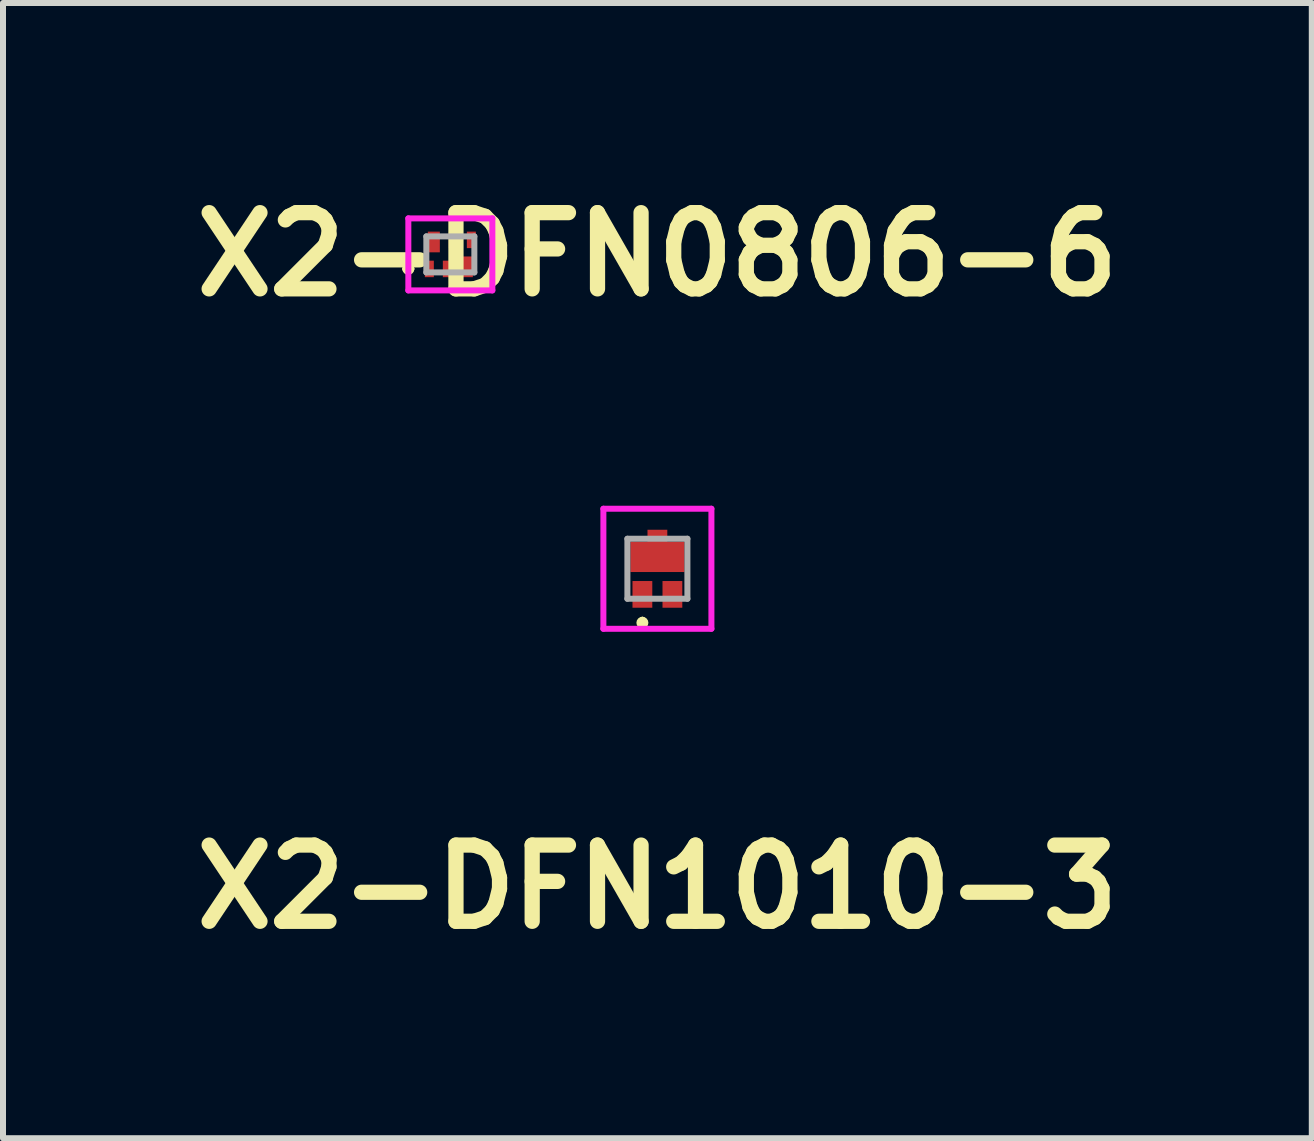
<source format=kicad_pcb>
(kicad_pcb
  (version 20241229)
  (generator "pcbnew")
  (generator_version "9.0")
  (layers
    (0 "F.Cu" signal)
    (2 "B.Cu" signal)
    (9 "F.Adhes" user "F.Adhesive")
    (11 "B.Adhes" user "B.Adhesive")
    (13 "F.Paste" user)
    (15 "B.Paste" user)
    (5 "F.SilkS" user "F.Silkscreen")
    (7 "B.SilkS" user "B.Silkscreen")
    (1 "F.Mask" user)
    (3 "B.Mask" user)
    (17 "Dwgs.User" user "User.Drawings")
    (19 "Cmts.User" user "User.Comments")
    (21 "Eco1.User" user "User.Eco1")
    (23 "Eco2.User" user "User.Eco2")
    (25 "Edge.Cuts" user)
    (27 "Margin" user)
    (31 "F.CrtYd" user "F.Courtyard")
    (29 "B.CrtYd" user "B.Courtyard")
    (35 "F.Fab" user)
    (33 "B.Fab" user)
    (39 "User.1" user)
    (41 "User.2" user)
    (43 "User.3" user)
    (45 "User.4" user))
  (footprint "X2-DFN1010-3"
    (layer "F.Cu")
    (at 7.904 6.427)
    (property "Reference" "X2-DFN1010-3" (at 0 5.3 0) (layer "F.SilkS") (effects (font (size 1.27 1.27) (thickness 0.254))))
    (attr smd)
    (fp_line (start -0.25 0.85) (end -0.25 0.85) (stroke (width 0.1) (type solid)) (layer "F.SilkS"))
    (fp_line (start -0.25 0.95) (end -0.25 0.95) (stroke (width 0.1) (type solid)) (layer "F.SilkS"))
    (fp_arc (start -0.25 0.85) (mid -0.2 0.9) (end -0.25 0.95) (stroke (width 0.1) (type solid)) (layer "F.SilkS"))
    (fp_arc (start -0.25 0.95) (mid -0.3 0.9) (end -0.25 0.85) (stroke (width 0.1) (type solid)) (layer "F.SilkS"))
    (fp_line (start -0.9 -1) (end 0.9 -1) (stroke (width 0.1) (type solid)) (layer "F.CrtYd"))
    (fp_line (start -0.9 1) (end -0.9 -1) (stroke (width 0.1) (type solid)) (layer "F.CrtYd"))
    (fp_line (start 0.9 -1) (end 0.9 1) (stroke (width 0.1) (type solid)) (layer "F.CrtYd"))
    (fp_line (start 0.9 1) (end -0.9 1) (stroke (width 0.1) (type solid)) (layer "F.CrtYd"))
    (fp_line (start -0.5 -0.5) (end -0.5 0.5) (stroke (width 0.1) (type solid)) (layer "F.Fab"))
    (fp_line (start -0.5 0.5) (end 0.5 0.5) (stroke (width 0.1) (type solid)) (layer "F.Fab"))
    (fp_line (start 0.5 -0.5) (end -0.5 -0.5) (stroke (width 0.1) (type solid)) (layer "F.Fab"))
    (fp_line (start 0.5 0.5) (end 0.5 -0.5) (stroke (width 0.1) (type solid)) (layer "F.Fab"))
    (pad "1" smd rect (at -0.25 0.427) (size 0.33 0.445) (layers "F.Cu" "F.Mask" "F.Paste"))
    (pad "2" smd rect (at 0.25 0.427) (size 0.33 0.445) (layers "F.Cu" "F.Mask" "F.Paste"))
    (pad "3" smd rect (at 0 -0.55 90) (size 0.2 0.33) (layers "F.Cu" "F.Mask" "F.Paste"))
    (pad "3" smd rect (at 0 -0.198 90) (size 0.505 0.9) (layers "F.Cu" "F.Mask" "F.Paste")))
  (footprint "X2-DFN0806-6"
    (layer "F.Cu")
    (at 4.454 1.189)
    (property "Reference" "X2-DFN0806-6" (at 3.45 0 0) (layer "F.SilkS") (effects (font (size 1.27 1.27) (thickness 0.254))))
    (attr smd)
    (fp_line (start -0.75 0.242) (end -0.75 0.242) (stroke (width 0.1) (type solid)) (layer "F.SilkS"))
    (fp_line (start -0.65 0.242) (end -0.65 0.242) (stroke (width 0.1) (type solid)) (layer "F.SilkS"))
    (fp_arc (start -0.75 0.242) (mid -0.7 0.192) (end -0.65 0.242) (stroke (width 0.1) (type solid)) (layer "F.SilkS"))
    (fp_arc (start -0.65 0.242) (mid -0.7 0.292) (end -0.75 0.242) (stroke (width 0.1) (type solid)) (layer "F.SilkS"))
    (fp_line (start -0.7 -0.6) (end 0.7 -0.6) (stroke (width 0.1) (type solid)) (layer "F.CrtYd"))
    (fp_line (start -0.7 0.6) (end -0.7 -0.6) (stroke (width 0.1) (type solid)) (layer "F.CrtYd"))
    (fp_line (start 0.7 -0.6) (end 0.7 0.6) (stroke (width 0.1) (type solid)) (layer "F.CrtYd"))
    (fp_line (start 0.7 0.6) (end -0.7 0.6) (stroke (width 0.1) (type solid)) (layer "F.CrtYd"))
    (fp_line (start -0.4 -0.3) (end -0.4 0.3) (stroke (width 0.1) (type solid)) (layer "F.Fab"))
    (fp_line (start -0.4 0.3) (end 0.4 0.3) (stroke (width 0.1) (type solid)) (layer "F.Fab"))
    (fp_line (start 0.4 -0.3) (end -0.4 -0.3) (stroke (width 0.1) (type solid)) (layer "F.Fab"))
    (fp_line (start 0.4 0.3) (end 0.4 -0.3) (stroke (width 0.1) (type solid)) (layer "F.Fab"))
    (pad "1" smd rect (at -0.35 0.242) (size 0.15 0.275) (layers "F.Cu" "F.Mask" "F.Paste"))
    (pad "2" smd rect (at -0.05 0.242) (size 0.15 0.275) (layers "F.Cu" "F.Mask" "F.Paste"))
    (pad "3" smd rect (at 0.275 0.207) (size 0.2 0.345) (layers "F.Cu" "F.Mask" "F.Paste"))
    (pad "4" smd rect (at 0.35 -0.242) (size 0.15 0.275) (layers "F.Cu" "F.Mask" "F.Paste"))
    (pad "5" smd rect (at 0.05 -0.242) (size 0.15 0.275) (layers "F.Cu" "F.Mask" "F.Paste"))
    (pad "6" smd rect (at -0.275 -0.207) (size 0.2 0.345) (layers "F.Cu" "F.Mask" "F.Paste")))
  (gr_rect
    (start -3 -3)
    (end 18.808 15.916)
    (stroke (width 0.1) (type default))
    (fill no)
    (layer "Edge.Cuts")))
</source>
